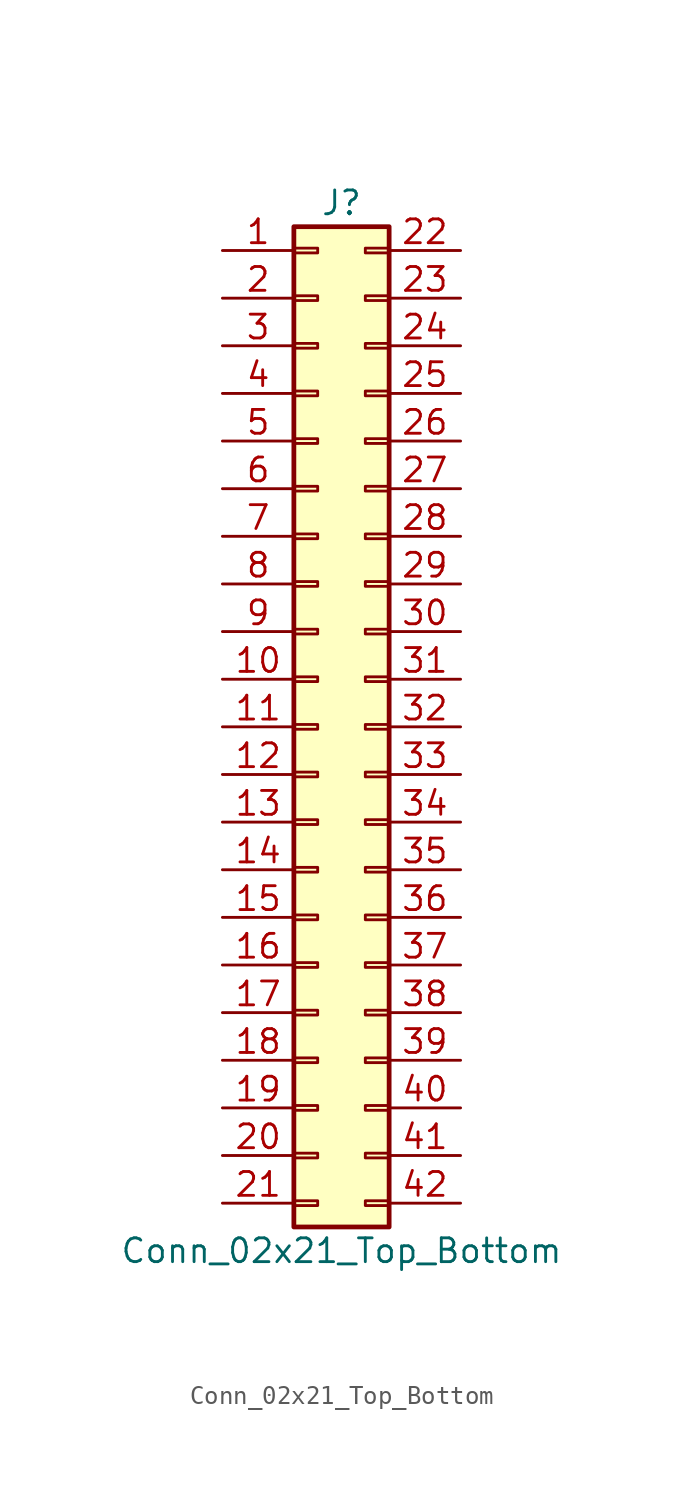
<source format=kicad_sym>
(kicad_symbol_lib
  (version 20201005)
  (generator kicad_symbol_editor)
  (symbol "Conn_02x21_Top_Bottom"
    (pin_names
      (offset 1.016) hide)
    (property "Reference" "J"
      (at 1.27 27.94 0)
      (effects (font (size 1.27 1.27))))
    (property "Value" "Conn_02x21_Top_Bottom"
      (at 1.27 -27.94 0)
      (effects (font (size 1.27 1.27))))
    (symbol "Conn_02x21_Top_Bottom_1_1"
      (rectangle (start -1.27 -25.273) (end 0 -25.527) (stroke (width 0.152)) (fill (type none)))
      (rectangle (start -1.27 -22.733) (end 0 -22.987) (stroke (width 0.152)) (fill (type none)))
      (rectangle (start -1.27 -20.193) (end 0 -20.447) (stroke (width 0.152)) (fill (type none)))
      (rectangle (start -1.27 -17.653) (end 0 -17.907) (stroke (width 0.152)) (fill (type none)))
      (rectangle (start -1.27 -15.113) (end 0 -15.367) (stroke (width 0.152)) (fill (type none)))
      (rectangle (start -1.27 -12.573) (end 0 -12.827) (stroke (width 0.152)) (fill (type none)))
      (rectangle (start -1.27 -10.033) (end 0 -10.287) (stroke (width 0.152)) (fill (type none)))
      (rectangle (start -1.27 -7.493) (end 0 -7.747) (stroke (width 0.152)) (fill (type none)))
      (rectangle (start -1.27 -4.953) (end 0 -5.207) (stroke (width 0.152)) (fill (type none)))
      (rectangle (start -1.27 -2.413) (end 0 -2.667) (stroke (width 0.152)) (fill (type none)))
      (rectangle (start -1.27 0.127) (end 0 -0.127) (stroke (width 0.152)) (fill (type none)))
      (rectangle (start -1.27 2.667) (end 0 2.413) (stroke (width 0.152)) (fill (type none)))
      (rectangle (start -1.27 5.207) (end 0 4.953) (stroke (width 0.152)) (fill (type none)))
      (rectangle (start -1.27 7.747) (end 0 7.493) (stroke (width 0.152)) (fill (type none)))
      (rectangle (start -1.27 10.287) (end 0 10.033) (stroke (width 0.152)) (fill (type none)))
      (rectangle (start -1.27 12.827) (end 0 12.573) (stroke (width 0.152)) (fill (type none)))
      (rectangle (start -1.27 15.367) (end 0 15.113) (stroke (width 0.152)) (fill (type none)))
      (rectangle (start -1.27 17.907) (end 0 17.653) (stroke (width 0.152)) (fill (type none)))
      (rectangle (start -1.27 20.447) (end 0 20.193) (stroke (width 0.152)) (fill (type none)))
      (rectangle (start -1.27 22.987) (end 0 22.733) (stroke (width 0.152)) (fill (type none)))
      (rectangle (start -1.27 25.527) (end 0 25.273) (stroke (width 0.152)) (fill (type none)))
      (rectangle (start -1.27 26.67) (end 3.81 -26.67) (stroke (width 0.254)) (fill (type background)))
      (rectangle (start 3.81 -25.273) (end 2.54 -25.527) (stroke (width 0.152)) (fill (type none)))
      (rectangle (start 3.81 -22.733) (end 2.54 -22.987) (stroke (width 0.152)) (fill (type none)))
      (rectangle (start 3.81 -20.193) (end 2.54 -20.447) (stroke (width 0.152)) (fill (type none)))
      (rectangle (start 3.81 -17.653) (end 2.54 -17.907) (stroke (width 0.152)) (fill (type none)))
      (rectangle (start 3.81 -15.113) (end 2.54 -15.367) (stroke (width 0.152)) (fill (type none)))
      (rectangle (start 3.81 -12.573) (end 2.54 -12.827) (stroke (width 0.152)) (fill (type none)))
      (rectangle (start 3.81 -10.033) (end 2.54 -10.287) (stroke (width 0.152)) (fill (type none)))
      (rectangle (start 3.81 -7.493) (end 2.54 -7.747) (stroke (width 0.152)) (fill (type none)))
      (rectangle (start 3.81 -4.953) (end 2.54 -5.207) (stroke (width 0.152)) (fill (type none)))
      (rectangle (start 3.81 -2.413) (end 2.54 -2.667) (stroke (width 0.152)) (fill (type none)))
      (rectangle (start 3.81 0.127) (end 2.54 -0.127) (stroke (width 0.152)) (fill (type none)))
      (rectangle (start 3.81 2.667) (end 2.54 2.413) (stroke (width 0.152)) (fill (type none)))
      (rectangle (start 3.81 5.207) (end 2.54 4.953) (stroke (width 0.152)) (fill (type none)))
      (rectangle (start 3.81 7.747) (end 2.54 7.493) (stroke (width 0.152)) (fill (type none)))
      (rectangle (start 3.81 10.287) (end 2.54 10.033) (stroke (width 0.152)) (fill (type none)))
      (rectangle (start 3.81 12.827) (end 2.54 12.573) (stroke (width 0.152)) (fill (type none)))
      (rectangle (start 3.81 15.367) (end 2.54 15.113) (stroke (width 0.152)) (fill (type none)))
      (rectangle (start 3.81 17.907) (end 2.54 17.653) (stroke (width 0.152)) (fill (type none)))
      (rectangle (start 3.81 20.447) (end 2.54 20.193) (stroke (width 0.152)) (fill (type none)))
      (rectangle (start 3.81 22.987) (end 2.54 22.733) (stroke (width 0.152)) (fill (type none)))
      (rectangle (start 3.81 25.527) (end 2.54 25.273) (stroke (width 0.152)) (fill (type none)))
      (pin passive line (at -5.08 25.4 0) (length 3.81) (name "Pin_1" (effects (font (size 1.27 1.27)))) (number "1" (effects (font (size 1.27 1.27)))))
      (pin passive line (at -5.08 2.54 0) (length 3.81) (name "Pin_10" (effects (font (size 1.27 1.27)))) (number "10" (effects (font (size 1.27 1.27)))))
      (pin passive line (at -5.08 0 0) (length 3.81) (name "Pin_11" (effects (font (size 1.27 1.27)))) (number "11" (effects (font (size 1.27 1.27)))))
      (pin passive line (at -5.08 -2.54 0) (length 3.81) (name "Pin_12" (effects (font (size 1.27 1.27)))) (number "12" (effects (font (size 1.27 1.27)))))
      (pin passive line (at -5.08 -5.08 0) (length 3.81) (name "Pin_13" (effects (font (size 1.27 1.27)))) (number "13" (effects (font (size 1.27 1.27)))))
      (pin passive line (at -5.08 -7.62 0) (length 3.81) (name "Pin_14" (effects (font (size 1.27 1.27)))) (number "14" (effects (font (size 1.27 1.27)))))
      (pin passive line (at -5.08 -10.16 0) (length 3.81) (name "Pin_15" (effects (font (size 1.27 1.27)))) (number "15" (effects (font (size 1.27 1.27)))))
      (pin passive line (at -5.08 -12.7 0) (length 3.81) (name "Pin_16" (effects (font (size 1.27 1.27)))) (number "16" (effects (font (size 1.27 1.27)))))
      (pin passive line (at -5.08 -15.24 0) (length 3.81) (name "Pin_17" (effects (font (size 1.27 1.27)))) (number "17" (effects (font (size 1.27 1.27)))))
      (pin passive line (at -5.08 -17.78 0) (length 3.81) (name "Pin_18" (effects (font (size 1.27 1.27)))) (number "18" (effects (font (size 1.27 1.27)))))
      (pin passive line (at -5.08 -20.32 0) (length 3.81) (name "Pin_19" (effects (font (size 1.27 1.27)))) (number "19" (effects (font (size 1.27 1.27)))))
      (pin passive line (at -5.08 22.86 0) (length 3.81) (name "Pin_2" (effects (font (size 1.27 1.27)))) (number "2" (effects (font (size 1.27 1.27)))))
      (pin passive line (at -5.08 -22.86 0) (length 3.81) (name "Pin_20" (effects (font (size 1.27 1.27)))) (number "20" (effects (font (size 1.27 1.27)))))
      (pin passive line (at -5.08 -25.4 0) (length 3.81) (name "Pin_21" (effects (font (size 1.27 1.27)))) (number "21" (effects (font (size 1.27 1.27)))))
      (pin passive line (at 7.62 25.4 180) (length 3.81) (name "Pin_22" (effects (font (size 1.27 1.27)))) (number "22" (effects (font (size 1.27 1.27)))))
      (pin passive line (at 7.62 22.86 180) (length 3.81) (name "Pin_23" (effects (font (size 1.27 1.27)))) (number "23" (effects (font (size 1.27 1.27)))))
      (pin passive line (at 7.62 20.32 180) (length 3.81) (name "Pin_24" (effects (font (size 1.27 1.27)))) (number "24" (effects (font (size 1.27 1.27)))))
      (pin passive line (at 7.62 17.78 180) (length 3.81) (name "Pin_25" (effects (font (size 1.27 1.27)))) (number "25" (effects (font (size 1.27 1.27)))))
      (pin passive line (at 7.62 15.24 180) (length 3.81) (name "Pin_26" (effects (font (size 1.27 1.27)))) (number "26" (effects (font (size 1.27 1.27)))))
      (pin passive line (at 7.62 12.7 180) (length 3.81) (name "Pin_27" (effects (font (size 1.27 1.27)))) (number "27" (effects (font (size 1.27 1.27)))))
      (pin passive line (at 7.62 10.16 180) (length 3.81) (name "Pin_28" (effects (font (size 1.27 1.27)))) (number "28" (effects (font (size 1.27 1.27)))))
      (pin passive line (at 7.62 7.62 180) (length 3.81) (name "Pin_29" (effects (font (size 1.27 1.27)))) (number "29" (effects (font (size 1.27 1.27)))))
      (pin passive line (at -5.08 20.32 0) (length 3.81) (name "Pin_3" (effects (font (size 1.27 1.27)))) (number "3" (effects (font (size 1.27 1.27)))))
      (pin passive line (at 7.62 5.08 180) (length 3.81) (name "Pin_30" (effects (font (size 1.27 1.27)))) (number "30" (effects (font (size 1.27 1.27)))))
      (pin passive line (at 7.62 2.54 180) (length 3.81) (name "Pin_31" (effects (font (size 1.27 1.27)))) (number "31" (effects (font (size 1.27 1.27)))))
      (pin passive line (at 7.62 0 180) (length 3.81) (name "Pin_32" (effects (font (size 1.27 1.27)))) (number "32" (effects (font (size 1.27 1.27)))))
      (pin passive line (at 7.62 -2.54 180) (length 3.81) (name "Pin_33" (effects (font (size 1.27 1.27)))) (number "33" (effects (font (size 1.27 1.27)))))
      (pin passive line (at 7.62 -5.08 180) (length 3.81) (name "Pin_34" (effects (font (size 1.27 1.27)))) (number "34" (effects (font (size 1.27 1.27)))))
      (pin passive line (at 7.62 -7.62 180) (length 3.81) (name "Pin_35" (effects (font (size 1.27 1.27)))) (number "35" (effects (font (size 1.27 1.27)))))
      (pin passive line (at 7.62 -10.16 180) (length 3.81) (name "Pin_36" (effects (font (size 1.27 1.27)))) (number "36" (effects (font (size 1.27 1.27)))))
      (pin passive line (at 7.62 -12.7 180) (length 3.81) (name "Pin_37" (effects (font (size 1.27 1.27)))) (number "37" (effects (font (size 1.27 1.27)))))
      (pin passive line (at 7.62 -15.24 180) (length 3.81) (name "Pin_38" (effects (font (size 1.27 1.27)))) (number "38" (effects (font (size 1.27 1.27)))))
      (pin passive line (at 7.62 -17.78 180) (length 3.81) (name "Pin_39" (effects (font (size 1.27 1.27)))) (number "39" (effects (font (size 1.27 1.27)))))
      (pin passive line (at -5.08 17.78 0) (length 3.81) (name "Pin_4" (effects (font (size 1.27 1.27)))) (number "4" (effects (font (size 1.27 1.27)))))
      (pin passive line (at 7.62 -20.32 180) (length 3.81) (name "Pin_40" (effects (font (size 1.27 1.27)))) (number "40" (effects (font (size 1.27 1.27)))))
      (pin passive line (at 7.62 -22.86 180) (length 3.81) (name "Pin_41" (effects (font (size 1.27 1.27)))) (number "41" (effects (font (size 1.27 1.27)))))
      (pin passive line (at 7.62 -25.4 180) (length 3.81) (name "Pin_42" (effects (font (size 1.27 1.27)))) (number "42" (effects (font (size 1.27 1.27)))))
      (pin passive line (at -5.08 15.24 0) (length 3.81) (name "Pin_5" (effects (font (size 1.27 1.27)))) (number "5" (effects (font (size 1.27 1.27)))))
      (pin passive line (at -5.08 12.7 0) (length 3.81) (name "Pin_6" (effects (font (size 1.27 1.27)))) (number "6" (effects (font (size 1.27 1.27)))))
      (pin passive line (at -5.08 10.16 0) (length 3.81) (name "Pin_7" (effects (font (size 1.27 1.27)))) (number "7" (effects (font (size 1.27 1.27)))))
      (pin passive line (at -5.08 7.62 0) (length 3.81) (name "Pin_8" (effects (font (size 1.27 1.27)))) (number "8" (effects (font (size 1.27 1.27)))))
      (pin passive line (at -5.08 5.08 0) (length 3.81) (name "Pin_9" (effects (font (size 1.27 1.27)))) (number "9" (effects (font (size 1.27 1.27))))))))
</source>
